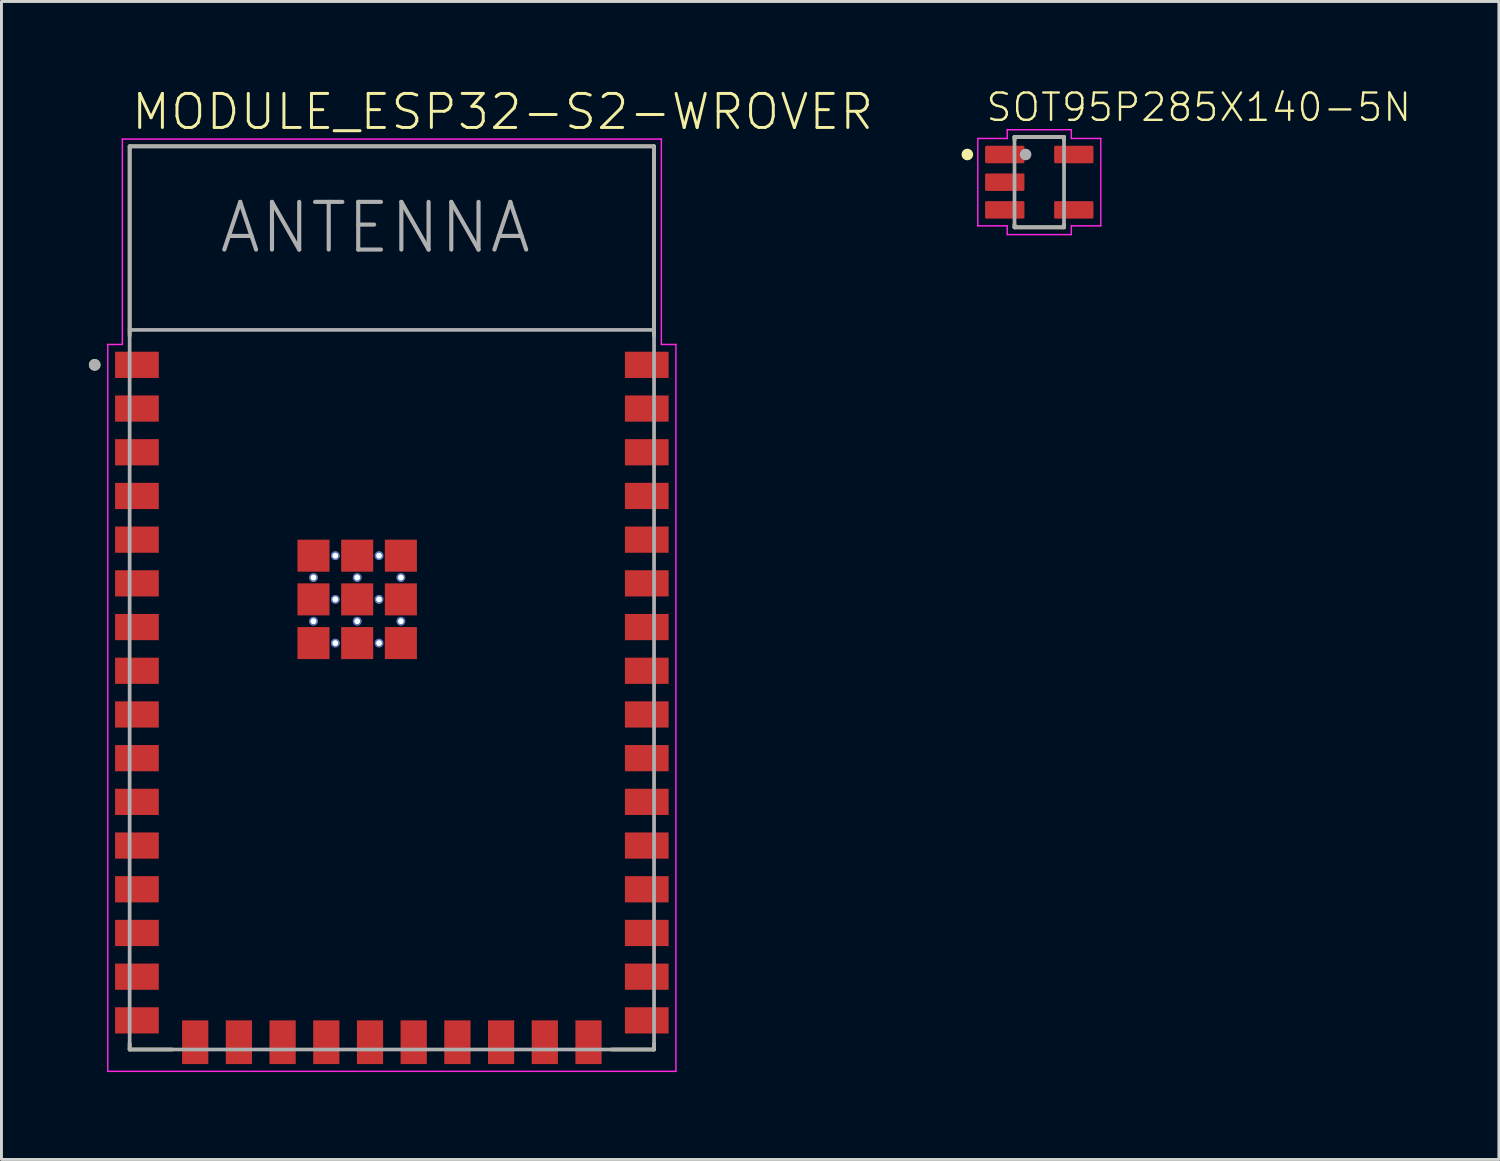
<source format=kicad_pcb>
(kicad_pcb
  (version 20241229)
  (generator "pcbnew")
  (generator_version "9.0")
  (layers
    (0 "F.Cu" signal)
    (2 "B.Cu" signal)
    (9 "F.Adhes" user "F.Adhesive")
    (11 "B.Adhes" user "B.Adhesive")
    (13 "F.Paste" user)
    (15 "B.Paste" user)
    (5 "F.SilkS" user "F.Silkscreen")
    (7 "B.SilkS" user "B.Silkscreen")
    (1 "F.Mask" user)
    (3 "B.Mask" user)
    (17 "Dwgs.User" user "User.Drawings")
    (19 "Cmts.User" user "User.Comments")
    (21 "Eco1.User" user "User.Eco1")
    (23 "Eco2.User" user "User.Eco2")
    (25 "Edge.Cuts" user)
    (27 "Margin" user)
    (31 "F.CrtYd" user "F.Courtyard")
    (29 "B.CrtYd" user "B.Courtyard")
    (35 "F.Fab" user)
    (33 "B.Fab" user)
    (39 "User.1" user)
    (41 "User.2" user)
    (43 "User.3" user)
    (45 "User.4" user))
  (footprint "SOT95P285X140-5N"
    (layer "F.Cu")
    (at 32.622 3.203)
    (property "Reference" "SOT95P285X140-5N" (at -1.884 -2.021 0) (unlocked yes) (layer "F.SilkS") (effects (font (size 0.938 0.938) (thickness 0.082)) (justify left bottom)))
    (fp_line (start -0.85 -1.55) (end -0.85 -1.45) (stroke (width 0.127) (type solid)) (layer "F.SilkS"))
    (fp_line (start -0.85 1.55) (end -0.85 1.45) (stroke (width 0.127) (type solid)) (layer "F.SilkS"))
    (fp_line (start 0.85 -1.55) (end -0.85 -1.55) (stroke (width 0.127) (type solid)) (layer "F.SilkS"))
    (fp_line (start 0.85 -1.55) (end 0.85 -1.45) (stroke (width 0.127) (type solid)) (layer "F.SilkS"))
    (fp_line (start 0.85 1.55) (end -0.85 1.55) (stroke (width 0.127) (type solid)) (layer "F.SilkS"))
    (fp_line (start 0.85 1.55) (end 0.85 1.45) (stroke (width 0.127) (type solid)) (layer "F.SilkS"))
    (fp_circle (center -2.469 -0.95) (end -2.369 -0.95) (stroke (width 0.2) (type solid)) (fill no) (layer "F.SilkS"))
    (fp_line (start -2.11 -1.5) (end -2.11 1.5) (stroke (width 0.05) (type solid)) (layer "F.CrtYd"))
    (fp_line (start -2.11 1.5) (end -1.1 1.5) (stroke (width 0.05) (type solid)) (layer "F.CrtYd"))
    (fp_line (start -1.1 -1.8) (end -1.1 -1.5) (stroke (width 0.05) (type solid)) (layer "F.CrtYd"))
    (fp_line (start -1.1 -1.5) (end -2.11 -1.5) (stroke (width 0.05) (type solid)) (layer "F.CrtYd"))
    (fp_line (start -1.1 1.5) (end -1.1 1.8) (stroke (width 0.05) (type solid)) (layer "F.CrtYd"))
    (fp_line (start -1.1 1.8) (end 1.1 1.8) (stroke (width 0.05) (type solid)) (layer "F.CrtYd"))
    (fp_line (start 1.1 -1.8) (end -1.1 -1.8) (stroke (width 0.05) (type solid)) (layer "F.CrtYd"))
    (fp_line (start 1.1 -1.5) (end 1.1 -1.8) (stroke (width 0.05) (type solid)) (layer "F.CrtYd"))
    (fp_line (start 1.1 1.5) (end 2.11 1.5) (stroke (width 0.05) (type solid)) (layer "F.CrtYd"))
    (fp_line (start 1.1 1.8) (end 1.1 1.5) (stroke (width 0.05) (type solid)) (layer "F.CrtYd"))
    (fp_line (start 2.11 -1.5) (end 1.1 -1.5) (stroke (width 0.05) (type solid)) (layer "F.CrtYd"))
    (fp_line (start 2.11 1.5) (end 2.11 -1.5) (stroke (width 0.05) (type solid)) (layer "F.CrtYd"))
    (fp_line (start -0.85 -1.55) (end 0.85 -1.55) (stroke (width 0.127) (type solid)) (layer "F.Fab"))
    (fp_line (start -0.85 1.55) (end -0.85 -1.55) (stroke (width 0.127) (type solid)) (layer "F.Fab"))
    (fp_line (start 0.85 -1.55) (end 0.85 1.55) (stroke (width 0.127) (type solid)) (layer "F.Fab"))
    (fp_line (start 0.85 1.55) (end -0.85 1.55) (stroke (width 0.127) (type solid)) (layer "F.Fab"))
    (fp_circle (center -0.469 -0.95) (end -0.369 -0.95) (stroke (width 0.2) (type solid)) (fill no) (layer "F.Fab"))
    (pad "1" smd roundrect (at -1.185 -0.95) (size 1.35 0.6) (layers "F.Cu" "F.Mask" "F.Paste") (roundrect_rratio 0.075))
    (pad "2" smd roundrect (at -1.185 0) (size 1.35 0.6) (layers "F.Cu" "F.Mask" "F.Paste") (roundrect_rratio 0.075))
    (pad "3" smd roundrect (at -1.185 0.95) (size 1.35 0.6) (layers "F.Cu" "F.Mask" "F.Paste") (roundrect_rratio 0.075))
    (pad "4" smd roundrect (at 1.185 0.95) (size 1.35 0.6) (layers "F.Cu" "F.Mask" "F.Paste") (roundrect_rratio 0.075))
    (pad "5" smd roundrect (at 1.185 -0.95) (size 1.35 0.6) (layers "F.Cu" "F.Mask" "F.Paste") (roundrect_rratio 0.075)))
  (footprint "MODULE_ESP32-S2-WROVER"
    (layer "F.Cu")
    (at 10.4 17.473)
    (property "Reference" "MODULE_ESP32-S2-WROVER" (at -9 -16 0) (unlocked yes) (layer "F.SilkS") (effects (font (size 1.168 1.168) (thickness 0.102)) (justify left bottom)))
    (fp_line (start -9 -15.5) (end 9 -15.5) (stroke (width 0.127) (type solid)) (layer "F.SilkS"))
    (fp_line (start -9 -9) (end -9 -15.5) (stroke (width 0.127) (type solid)) (layer "F.SilkS"))
    (fp_line (start -9 15.3) (end -9 15.5) (stroke (width 0.127) (type solid)) (layer "F.SilkS"))
    (fp_line (start -9 15.5) (end -7.55 15.5) (stroke (width 0.127) (type solid)) (layer "F.SilkS"))
    (fp_line (start 7.55 15.5) (end 9 15.5) (stroke (width 0.127) (type solid)) (layer "F.SilkS"))
    (fp_line (start 9 -15.5) (end 9 -9) (stroke (width 0.127) (type solid)) (layer "F.SilkS"))
    (fp_line (start 9 15.5) (end 9 15.3) (stroke (width 0.127) (type solid)) (layer "F.SilkS"))
    (fp_circle (center -10.2 -8) (end -10.1 -8) (stroke (width 0.2) (type solid)) (fill no) (layer "F.SilkS"))
    (fp_line (start -9.75 -8.7) (end -9.25 -8.7) (stroke (width 0.05) (type solid)) (layer "F.CrtYd"))
    (fp_line (start -9.75 16.25) (end -9.75 -8.7) (stroke (width 0.05) (type solid)) (layer "F.CrtYd"))
    (fp_line (start -9.25 -15.75) (end 9.25 -15.75) (stroke (width 0.05) (type solid)) (layer "F.CrtYd"))
    (fp_line (start -9.25 -8.7) (end -9.25 -15.75) (stroke (width 0.05) (type solid)) (layer "F.CrtYd"))
    (fp_line (start 9.25 -15.75) (end 9.25 -8.7) (stroke (width 0.05) (type solid)) (layer "F.CrtYd"))
    (fp_line (start 9.25 -8.7) (end 9.75 -8.7) (stroke (width 0.05) (type solid)) (layer "F.CrtYd"))
    (fp_line (start 9.75 -8.7) (end 9.75 16.25) (stroke (width 0.05) (type solid)) (layer "F.CrtYd"))
    (fp_line (start 9.75 16.25) (end -9.75 16.25) (stroke (width 0.05) (type solid)) (layer "F.CrtYd"))
    (fp_line (start -9 -15.5) (end -9 -9.2) (stroke (width 0.127) (type solid)) (layer "F.Fab"))
    (fp_line (start -9 -15.5) (end 9 -15.5) (stroke (width 0.127) (type solid)) (layer "F.Fab"))
    (fp_line (start -9 -9.2) (end 9 -9.2) (stroke (width 0.127) (type solid)) (layer "F.Fab"))
    (fp_line (start -9 15.5) (end -9 -9.2) (stroke (width 0.127) (type solid)) (layer "F.Fab"))
    (fp_line (start 9 -15.5) (end 9 -9.2) (stroke (width 0.127) (type solid)) (layer "F.Fab"))
    (fp_line (start 9 -9.2) (end 9 15.5) (stroke (width 0.127) (type solid)) (layer "F.Fab"))
    (fp_line (start 9 15.5) (end -9 15.5) (stroke (width 0.127) (type solid)) (layer "F.Fab"))
    (fp_circle (center -10.2 -8) (end -10.1 -8) (stroke (width 0.2) (type solid)) (fill no) (layer "F.Fab"))
    (fp_text user "ANTENNA" (at -6 -11.75 0) (unlocked yes) (layer "F.Fab") (effects (font (size 1.636 1.636) (thickness 0.142)) (justify left bottom)))
    (pad "1" smd rect (at -8.75 -8) (size 1.5 0.9) (layers "F.Cu" "F.Mask" "F.Paste"))
    (pad "2" smd rect (at -8.75 -6.5) (size 1.5 0.9) (layers "F.Cu" "F.Mask" "F.Paste"))
    (pad "3" smd rect (at -8.75 -5) (size 1.5 0.9) (layers "F.Cu" "F.Mask" "F.Paste"))
    (pad "4" smd rect (at -8.75 -3.5) (size 1.5 0.9) (layers "F.Cu" "F.Mask" "F.Paste"))
    (pad "5" smd rect (at -8.75 -2) (size 1.5 0.9) (layers "F.Cu" "F.Mask" "F.Paste"))
    (pad "6" smd rect (at -8.75 -0.5) (size 1.5 0.9) (layers "F.Cu" "F.Mask" "F.Paste"))
    (pad "7" smd rect (at -8.75 1) (size 1.5 0.9) (layers "F.Cu" "F.Mask" "F.Paste"))
    (pad "8" smd rect (at -8.75 2.5) (size 1.5 0.9) (layers "F.Cu" "F.Mask" "F.Paste"))
    (pad "9" smd rect (at -8.75 4) (size 1.5 0.9) (layers "F.Cu" "F.Mask" "F.Paste"))
    (pad "10" smd rect (at -8.75 5.5) (size 1.5 0.9) (layers "F.Cu" "F.Mask" "F.Paste"))
    (pad "11" smd rect (at -8.75 7) (size 1.5 0.9) (layers "F.Cu" "F.Mask" "F.Paste"))
    (pad "12" smd rect (at -8.75 8.5) (size 1.5 0.9) (layers "F.Cu" "F.Mask" "F.Paste"))
    (pad "13" smd rect (at -8.75 10) (size 1.5 0.9) (layers "F.Cu" "F.Mask" "F.Paste"))
    (pad "14" smd rect (at -8.75 11.5) (size 1.5 0.9) (layers "F.Cu" "F.Mask" "F.Paste"))
    (pad "15" smd rect (at -8.75 13) (size 1.5 0.9) (layers "F.Cu" "F.Mask" "F.Paste"))
    (pad "16" smd rect (at -8.75 14.5) (size 1.5 0.9) (layers "F.Cu" "F.Mask" "F.Paste"))
    (pad "17" smd rect (at -6.75 15.25) (size 0.9 1.5) (layers "F.Cu" "F.Mask" "F.Paste"))
    (pad "18" smd rect (at -5.25 15.25) (size 0.9 1.5) (layers "F.Cu" "F.Mask" "F.Paste"))
    (pad "19" smd rect (at -3.75 15.25) (size 0.9 1.5) (layers "F.Cu" "F.Mask" "F.Paste"))
    (pad "20" smd rect (at -2.25 15.25) (size 0.9 1.5) (layers "F.Cu" "F.Mask" "F.Paste"))
    (pad "21" smd rect (at -0.75 15.25) (size 0.9 1.5) (layers "F.Cu" "F.Mask" "F.Paste"))
    (pad "22" smd rect (at 0.75 15.25) (size 0.9 1.5) (layers "F.Cu" "F.Mask" "F.Paste"))
    (pad "23" smd rect (at 2.25 15.25) (size 0.9 1.5) (layers "F.Cu" "F.Mask" "F.Paste"))
    (pad "24" smd rect (at 3.75 15.25) (size 0.9 1.5) (layers "F.Cu" "F.Mask" "F.Paste"))
    (pad "25" smd rect (at 5.25 15.25) (size 0.9 1.5) (layers "F.Cu" "F.Mask" "F.Paste"))
    (pad "26" smd rect (at 6.75 15.25) (size 0.9 1.5) (layers "F.Cu" "F.Mask" "F.Paste"))
    (pad "27" smd rect (at 8.75 14.5) (size 1.5 0.9) (layers "F.Cu" "F.Mask" "F.Paste"))
    (pad "28" smd rect (at 8.75 13) (size 1.5 0.9) (layers "F.Cu" "F.Mask" "F.Paste"))
    (pad "29" smd rect (at 8.75 11.5) (size 1.5 0.9) (layers "F.Cu" "F.Mask" "F.Paste"))
    (pad "30" smd rect (at 8.75 10) (size 1.5 0.9) (layers "F.Cu" "F.Mask" "F.Paste"))
    (pad "31" smd rect (at 8.75 8.5) (size 1.5 0.9) (layers "F.Cu" "F.Mask" "F.Paste"))
    (pad "32" smd rect (at 8.75 7) (size 1.5 0.9) (layers "F.Cu" "F.Mask" "F.Paste"))
    (pad "33" smd rect (at 8.75 5.5) (size 1.5 0.9) (layers "F.Cu" "F.Mask" "F.Paste"))
    (pad "34" smd rect (at 8.75 4) (size 1.5 0.9) (layers "F.Cu" "F.Mask" "F.Paste"))
    (pad "35" smd rect (at 8.75 2.5) (size 1.5 0.9) (layers "F.Cu" "F.Mask" "F.Paste"))
    (pad "36" smd rect (at 8.75 1) (size 1.5 0.9) (layers "F.Cu" "F.Mask" "F.Paste"))
    (pad "37" smd rect (at 8.75 -0.5) (size 1.5 0.9) (layers "F.Cu" "F.Mask" "F.Paste"))
    (pad "38" smd rect (at 8.75 -2) (size 1.5 0.9) (layers "F.Cu" "F.Mask" "F.Paste"))
    (pad "39" smd rect (at 8.75 -3.5) (size 1.5 0.9) (layers "F.Cu" "F.Mask" "F.Paste"))
    (pad "40" smd rect (at 8.75 -5) (size 1.5 0.9) (layers "F.Cu" "F.Mask" "F.Paste"))
    (pad "41" smd rect (at 8.75 -6.5) (size 1.5 0.9) (layers "F.Cu" "F.Mask" "F.Paste"))
    (pad "42" smd rect (at 8.75 -8) (size 1.5 0.9) (layers "F.Cu" "F.Mask" "F.Paste"))
    (pad "43_1" smd rect (at -2.69 -1.45) (size 1.1 1.1) (layers "F.Cu" "F.Mask" "F.Paste"))
    (pad "43_2" smd rect (at -1.19 -1.45) (size 1.1 1.1) (layers "F.Cu" "F.Mask" "F.Paste"))
    (pad "43_3" smd rect (at 0.31 -1.45) (size 1.1 1.1) (layers "F.Cu" "F.Mask" "F.Paste"))
    (pad "43_4" smd rect (at -2.69 0.05) (size 1.1 1.1) (layers "F.Cu" "F.Mask" "F.Paste"))
    (pad "43_5" smd rect (at -1.19 0.05) (size 1.1 1.1) (layers "F.Cu" "F.Mask" "F.Paste"))
    (pad "43_6" smd rect (at 0.31 0.05) (size 1.1 1.1) (layers "F.Cu" "F.Mask" "F.Paste"))
    (pad "43_7" smd rect (at -2.69 1.55) (size 1.1 1.1) (layers "F.Cu" "F.Mask" "F.Paste"))
    (pad "43_8" smd rect (at -1.19 1.55) (size 1.1 1.1) (layers "F.Cu" "F.Mask" "F.Paste"))
    (pad "43_9" smd rect (at 0.31 1.55) (size 1.1 1.1) (layers "F.Cu" "F.Mask" "F.Paste"))
    (pad "43_10" thru_hole circle (at -1.94 -1.45) (size 0.3 0.3) (drill 0.2) (layers "*.Cu" "*.Mask"))
    (pad "43_11" thru_hole circle (at -0.44 -1.45) (size 0.3 0.3) (drill 0.2) (layers "*.Cu" "*.Mask"))
    (pad "43_12" thru_hole circle (at -2.69 -0.7) (size 0.3 0.3) (drill 0.2) (layers "*.Cu" "*.Mask"))
    (pad "43_13" thru_hole circle (at -1.19 -0.7) (size 0.3 0.3) (drill 0.2) (layers "*.Cu" "*.Mask"))
    (pad "43_14" thru_hole circle (at 0.31 -0.7) (size 0.3 0.3) (drill 0.2) (layers "*.Cu" "*.Mask"))
    (pad "43_15" thru_hole circle (at -1.94 0.05) (size 0.3 0.3) (drill 0.2) (layers "*.Cu" "*.Mask"))
    (pad "43_16" thru_hole circle (at -0.44 0.05) (size 0.3 0.3) (drill 0.2) (layers "*.Cu" "*.Mask"))
    (pad "43_17" thru_hole circle (at -2.69 0.8) (size 0.3 0.3) (drill 0.2) (layers "*.Cu" "*.Mask"))
    (pad "43_18" thru_hole circle (at -1.19 0.8) (size 0.3 0.3) (drill 0.2) (layers "*.Cu" "*.Mask"))
    (pad "43_19" thru_hole circle (at 0.31 0.8) (size 0.3 0.3) (drill 0.2) (layers "*.Cu" "*.Mask"))
    (pad "43_20" thru_hole circle (at -1.94 1.55) (size 0.3 0.3) (drill 0.2) (layers "*.Cu" "*.Mask"))
    (pad "43_21" thru_hole circle (at -0.44 1.55) (size 0.3 0.3) (drill 0.2) (layers "*.Cu" "*.Mask"))
    (zone (net_name "") (layer "F.Cu") (hatch edge 0.5) (connect_pads) (min_thickness 0.25) (filled_areas_thickness no) (keepout (tracks not_allowed) (vias not_allowed) (pads not_allowed) (copperpour not_allowed) (footprints allowed)) (placement (enabled no)) (fill) (polygon (pts (xy 3.325 15.473) (xy 7.15 15.473) (xy 7.15 19.573) (xy 11.275 19.573) (xy 11.275 13.473) (xy 5.025 13.473) (xy 5.025 9.023) (xy 1.4 9.023) (xy 1.4 1.973) (xy 19.4 1.973) (xy 19.4 9.023) (xy 18.4 9.023) (xy 18.4 32.423) (xy 19.4 32.423) (xy 19.4 32.973) (xy 17.6 32.973) (xy 17.6 31.973) (xy 3.2 31.973) (xy 3.2 32.973) (xy 1.4 32.973) (xy 1.4 32.423) (xy 2.4 32.423) (xy 2.4 10.523) (xy 3.325 10.523))))
    (zone (net_name "") (layers "F.Cu" "B.Cu") (hatch edge 0.5) (connect_pads) (min_thickness 0.25) (filled_areas_thickness no) (keepout (tracks allowed) (vias not_allowed) (pads allowed) (copperpour allowed) (footprints allowed)) (placement (enabled no)) (fill) (polygon (pts (xy 3.325 15.473) (xy 7.15 15.473) (xy 7.15 19.573) (xy 11.275 19.573) (xy 11.275 13.473) (xy 5.025 13.473) (xy 5.025 9.023) (xy 1.4 9.023) (xy 1.4 1.973) (xy 19.4 1.973) (xy 19.4 9.023) (xy 18.4 9.023) (xy 18.4 32.423) (xy 19.4 32.423) (xy 19.4 32.973) (xy 17.6 32.973) (xy 17.6 31.973) (xy 3.2 31.973) (xy 3.2 32.973) (xy 1.4 32.973) (xy 1.4 32.423) (xy 2.4 32.423) (xy 2.4 10.523) (xy 3.325 10.523)))))
  (gr_rect
    (start -3 -3)
    (end 48.398 36.748)
    (stroke (width 0.1) (type default))
    (fill no)
    (layer "Edge.Cuts")))
</source>
